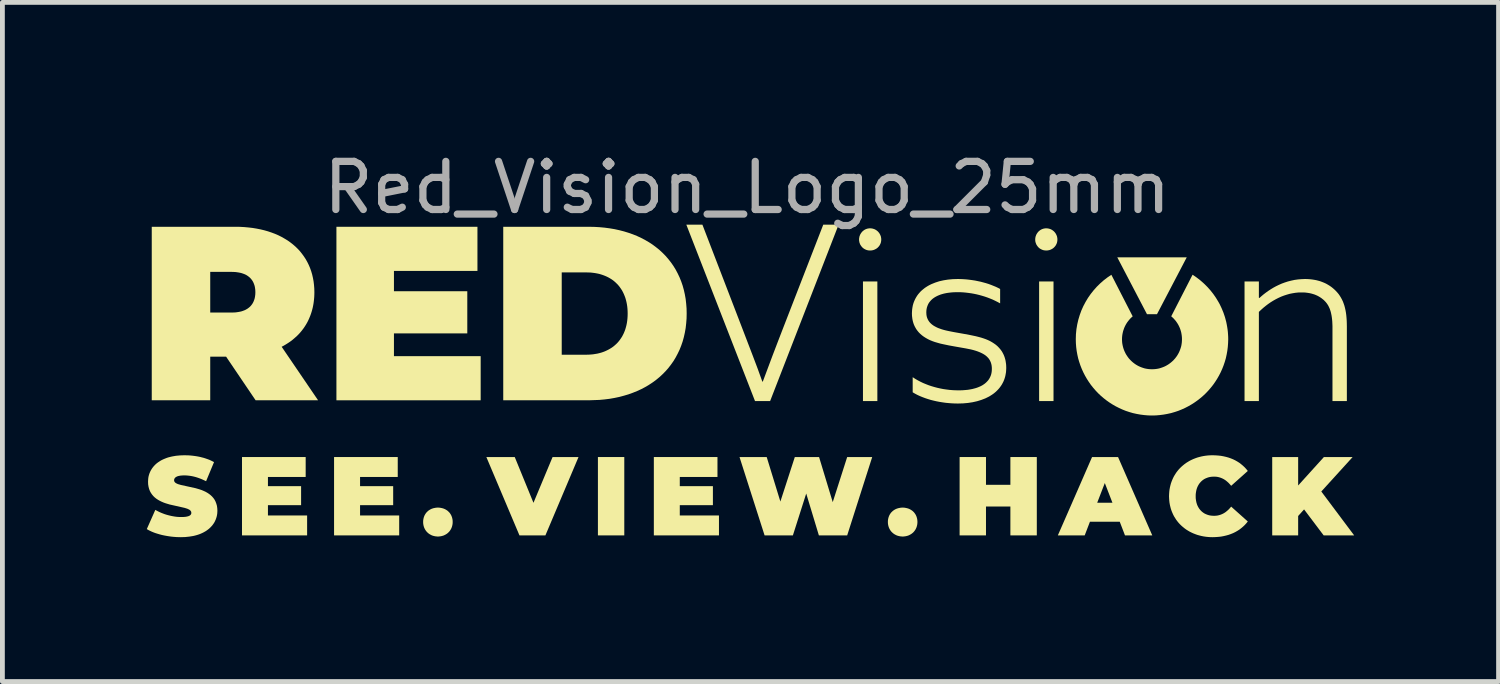
<source format=kicad_pcb>
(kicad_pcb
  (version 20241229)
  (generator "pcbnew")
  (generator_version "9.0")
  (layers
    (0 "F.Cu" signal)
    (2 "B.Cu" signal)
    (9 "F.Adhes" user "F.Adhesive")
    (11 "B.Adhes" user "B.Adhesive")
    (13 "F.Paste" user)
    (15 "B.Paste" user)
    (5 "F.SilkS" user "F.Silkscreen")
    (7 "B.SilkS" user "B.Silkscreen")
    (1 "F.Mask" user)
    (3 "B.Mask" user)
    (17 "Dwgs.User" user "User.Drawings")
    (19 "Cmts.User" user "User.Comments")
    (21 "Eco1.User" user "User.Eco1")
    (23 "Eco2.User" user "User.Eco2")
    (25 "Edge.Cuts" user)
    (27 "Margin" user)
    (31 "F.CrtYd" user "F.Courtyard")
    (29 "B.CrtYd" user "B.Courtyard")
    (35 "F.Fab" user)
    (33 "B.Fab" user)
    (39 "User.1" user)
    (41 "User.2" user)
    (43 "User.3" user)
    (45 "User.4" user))
  (footprint "Red_Vision_Logo_25mm"
    (layer "F.Cu")
    (at 12.55 4.848)
    (property "Reference" "Red_Vision_Logo_25mm" (at -0.075 -4 0) (unlocked yes) (layer "F.Fab") (effects (font (size 1 1) (thickness 0.15))))
    (attr board_only exclude_from_pos_files exclude_from_bom)
    (fp_poly (pts (xy 4.305 0.486) (xy 4.304 0.486) (xy 4.304 0.486)) (stroke (width 0) (type solid)) (fill yes) (layer "F.SilkS"))
    (fp_poly (pts (xy 7.774 3.226) (xy 7.774 3.226) (xy 7.774 3.226)) (stroke (width 0) (type solid)) (fill yes) (layer "F.SilkS"))
    (fp_poly (pts (xy -2.629 3.226) (xy -3.177 3.226) (xy -3.177 1.598) (xy -2.629 1.598)) (stroke (width 0) (type solid)) (fill yes) (layer "F.SilkS"))
    (fp_poly (pts (xy 2.629 0.435) (xy 2.33 0.435) (xy 2.33 -2.05) (xy 2.629 -2.05)) (stroke (width 0) (type solid)) (fill yes) (layer "F.SilkS"))
    (fp_poly (pts (xy 6.289 0.435) (xy 5.99 0.435) (xy 5.99 -2.05) (xy 6.289 -2.05)) (stroke (width 0) (type solid)) (fill yes) (layer "F.SilkS"))
    (fp_poly (pts (xy 8.439 -1.37) (xy 8.231 -1.37) (xy 7.614 -2.551) (xy 9.057 -2.551)) (stroke (width 0) (type solid)) (fill yes) (layer "F.SilkS"))
    (fp_poly (pts (xy -4.516 2.549) (xy -4.119 1.598) (xy -3.58 1.598) (xy -4.268 3.226) (xy -4.807 3.226) (xy -5.495 1.598) (xy -4.905 1.598)) (stroke (width 0) (type solid)) (fill yes) (layer "F.SilkS"))
    (fp_poly (pts (xy -9.249 2.012) (xy -10.033 2.012) (xy -10.033 2.203) (xy -9.344 2.203) (xy -9.344 2.598) (xy -10.033 2.598) (xy -10.033 2.812) (xy -9.219 2.812) (xy -9.219 3.226) (xy -10.572 3.226) (xy -10.572 1.598) (xy -9.249 1.598)) (stroke (width 0) (type solid)) (fill yes) (layer "F.SilkS"))
    (fp_poly (pts (xy -7.336 2.012) (xy -8.119 2.012) (xy -8.119 2.203) (xy -7.431 2.203) (xy -7.431 2.598) (xy -8.119 2.598) (xy -8.119 2.812) (xy -7.306 2.812) (xy -7.306 3.226) (xy -8.659 3.226) (xy -8.659 1.598) (xy -7.336 1.598)) (stroke (width 0) (type solid)) (fill yes) (layer "F.SilkS"))
    (fp_poly (pts (xy -5.68 -2.269) (xy -7.415 -2.269) (xy -7.415 -1.847) (xy -5.891 -1.847) (xy -5.891 -0.971) (xy -7.415 -0.971) (xy -7.415 -0.498) (xy -5.613 -0.498) (xy -5.613 0.419) (xy -8.61 0.419) (xy -8.61 -3.186) (xy -5.68 -3.186)) (stroke (width 0) (type solid)) (fill yes) (layer "F.SilkS"))
    (fp_poly (pts (xy -0.693 2.012) (xy -1.476 2.012) (xy -1.476 2.203) (xy -0.788 2.203) (xy -0.788 2.598) (xy -1.476 2.598) (xy -1.476 2.812) (xy -0.662 2.812) (xy -0.662 3.226) (xy -2.015 3.226) (xy -2.015 1.598) (xy -0.693 1.598)) (stroke (width 0) (type solid)) (fill yes) (layer "F.SilkS"))
    (fp_poly (pts (xy 4.886 2.175) (xy 5.393 2.175) (xy 5.393 1.598) (xy 5.942 1.598) (xy 5.942 3.226) (xy 5.393 3.226) (xy 5.393 2.626) (xy 4.886 2.626) (xy 4.886 3.226) (xy 4.338 3.226) (xy 4.338 1.598) (xy 4.886 1.598)) (stroke (width 0) (type solid)) (fill yes) (layer "F.SilkS"))
    (fp_poly (pts (xy 11.372 2.189) (xy 11.907 1.598) (xy 12.504 1.598) (xy 11.853 2.314) (xy 12.536 3.226) (xy 11.902 3.226) (xy 11.495 2.686) (xy 11.372 2.823) (xy 11.372 3.226) (xy 10.833 3.226) (xy 10.833 1.598) (xy 11.372 1.598)) (stroke (width 0) (type solid)) (fill yes) (layer "F.SilkS"))
    (fp_poly (pts (xy 0.614 2.523) (xy 0.914 1.598) (xy 1.418 1.598) (xy 1.702 2.535) (xy 2.002 1.598) (xy 2.522 1.598) (xy 2.002 3.226) (xy 1.414 3.226) (xy 1.151 2.356) (xy 0.874 3.226) (xy 0.286 3.226) (xy -0.235 1.598) (xy 0.33 1.598)) (stroke (width 0) (type solid)) (fill yes) (layer "F.SilkS"))
    (fp_poly (pts (xy -0.161 -1.033) (xy 0.039 -0.511) (xy 0.14 -0.244) (xy 0.239 0.03) (xy 0.249 0.03) (xy 0.452 -0.512) (xy 0.553 -0.776) (xy 0.654 -1.038) (xy 1.505 -3.23) (xy 1.824 -3.23) (xy 0.401 0.435) (xy 0.087 0.435) (xy 0.087 0.435) (xy -1.34 -3.23) (xy -1.006 -3.23)) (stroke (width 0) (type solid)) (fill yes) (layer "F.SilkS"))
    (fp_poly (pts (xy 8.341 3.226) (xy 7.774 3.226) (xy 7.665 2.942) (xy 7.046 2.942) (xy 6.937 3.226) (xy 6.379 3.226) (xy 6.676 2.547) (xy 7.197 2.547) (xy 7.197 2.547) (xy 7.513 2.547) (xy 7.355 2.138) (xy 7.197 2.547) (xy 6.676 2.547) (xy 7.09 1.598) (xy 7.63 1.598)) (stroke (width 0) (type solid)) (fill yes) (layer "F.SilkS"))
    (fp_poly (pts (xy 11.562 -2.1) (xy 11.61 -2.097) (xy 11.656 -2.092) (xy 11.702 -2.085) (xy 11.746 -2.077) (xy 11.789 -2.066) (xy 11.832 -2.054) (xy 11.872 -2.039) (xy 11.912 -2.023) (xy 11.951 -2.005) (xy 11.988 -1.984) (xy 12.024 -1.962) (xy 12.059 -1.938) (xy 12.093 -1.911) (xy 12.125 -1.883) (xy 12.156 -1.853) (xy 12.186 -1.82) (xy 12.214 -1.786) (xy 12.239 -1.75) (xy 12.262 -1.712) (xy 12.283 -1.673) (xy 12.302 -1.633) (xy 12.318 -1.59) (xy 12.333 -1.546) (xy 12.345 -1.5) (xy 12.356 -1.451) (xy 12.365 -1.401) (xy 12.372 -1.348) (xy 12.377 -1.293) (xy 12.381 -1.236) (xy 12.383 -1.176) (xy 12.384 -1.114) (xy 12.384 0.435) (xy 12.085 0.435) (xy 12.085 -1.073) (xy 12.085 -1.124) (xy 12.083 -1.171) (xy 12.081 -1.217) (xy 12.077 -1.261) (xy 12.072 -1.303) (xy 12.066 -1.342) (xy 12.058 -1.38) (xy 12.05 -1.416) (xy 12.039 -1.451) (xy 12.028 -1.483) (xy 12.014 -1.514) (xy 12 -1.543) (xy 11.983 -1.571) (xy 11.965 -1.597) (xy 11.945 -1.622) (xy 11.923 -1.645) (xy 11.901 -1.667) (xy 11.877 -1.686) (xy 11.853 -1.705) (xy 11.827 -1.722) (xy 11.801 -1.738) (xy 11.773 -1.753) (xy 11.744 -1.766) (xy 11.715 -1.778) (xy 11.684 -1.788) (xy 11.653 -1.797) (xy 11.62 -1.805) (xy 11.586 -1.811) (xy 11.552 -1.816) (xy 11.516 -1.82) (xy 11.48 -1.822) (xy 11.442 -1.822) (xy 11.38 -1.821) (xy 11.318 -1.815) (xy 11.257 -1.805) (xy 11.196 -1.793) (xy 11.137 -1.776) (xy 11.078 -1.757) (xy 11.02 -1.735) (xy 10.963 -1.709) (xy 10.908 -1.681) (xy 10.853 -1.65) (xy 10.8 -1.617) (xy 10.748 -1.581) (xy 10.698 -1.543) (xy 10.649 -1.503) (xy 10.602 -1.461) (xy 10.556 -1.418) (xy 10.556 0.435) (xy 10.258 0.435) (xy 10.258 -2.05) (xy 10.556 -2.05) (xy 10.556 -1.711) (xy 10.566 -1.706) (xy 10.609 -1.744) (xy 10.653 -1.781) (xy 10.7 -1.817) (xy 10.75 -1.853) (xy 10.802 -1.887) (xy 10.856 -1.92) (xy 10.913 -1.951) (xy 10.971 -1.979) (xy 11.032 -2.006) (xy 11.095 -2.029) (xy 11.16 -2.05) (xy 11.227 -2.067) (xy 11.296 -2.082) (xy 11.367 -2.092) (xy 11.439 -2.098) (xy 11.513 -2.101)) (stroke (width 0) (type solid)) (fill yes) (layer "F.SilkS"))
    (fp_poly (pts (xy -6.485 2.649) (xy -6.469 2.65) (xy -6.454 2.652) (xy -6.438 2.655) (xy -6.423 2.658) (xy -6.409 2.661) (xy -6.394 2.666) (xy -6.38 2.67) (xy -6.367 2.676) (xy -6.353 2.682) (xy -6.34 2.689) (xy -6.328 2.696) (xy -6.316 2.704) (xy -6.304 2.712) (xy -6.293 2.721) (xy -6.283 2.731) (xy -6.273 2.741) (xy -6.263 2.751) (xy -6.254 2.762) (xy -6.246 2.774) (xy -6.238 2.786) (xy -6.231 2.798) (xy -6.224 2.811) (xy -6.218 2.825) (xy -6.213 2.839) (xy -6.208 2.853) (xy -6.204 2.868) (xy -6.201 2.883) (xy -6.198 2.898) (xy -6.196 2.914) (xy -6.195 2.93) (xy -6.195 2.947) (xy -6.195 2.963) (xy -6.196 2.979) (xy -6.198 2.995) (xy -6.201 3.01) (xy -6.204 3.025) (xy -6.208 3.04) (xy -6.213 3.055) (xy -6.218 3.068) (xy -6.224 3.082) (xy -6.231 3.095) (xy -6.238 3.108) (xy -6.246 3.12) (xy -6.254 3.132) (xy -6.263 3.143) (xy -6.273 3.154) (xy -6.283 3.164) (xy -6.293 3.174) (xy -6.304 3.183) (xy -6.316 3.192) (xy -6.328 3.2) (xy -6.34 3.207) (xy -6.353 3.214) (xy -6.367 3.221) (xy -6.38 3.227) (xy -6.394 3.232) (xy -6.409 3.236) (xy -6.423 3.24) (xy -6.438 3.243) (xy -6.454 3.246) (xy -6.469 3.247) (xy -6.485 3.249) (xy -6.502 3.249) (xy -6.518 3.249) (xy -6.534 3.247) (xy -6.549 3.246) (xy -6.565 3.243) (xy -6.58 3.24) (xy -6.595 3.236) (xy -6.609 3.232) (xy -6.623 3.227) (xy -6.637 3.221) (xy -6.65 3.214) (xy -6.663 3.207) (xy -6.675 3.2) (xy -6.687 3.192) (xy -6.699 3.183) (xy -6.71 3.174) (xy -6.72 3.164) (xy -6.73 3.154) (xy -6.74 3.143) (xy -6.749 3.132) (xy -6.757 3.12) (xy -6.765 3.108) (xy -6.772 3.095) (xy -6.779 3.082) (xy -6.785 3.069) (xy -6.79 3.055) (xy -6.795 3.04) (xy -6.799 3.026) (xy -6.802 3.011) (xy -6.805 2.995) (xy -6.807 2.979) (xy -6.808 2.963) (xy -6.808 2.947) (xy -6.808 2.93) (xy -6.807 2.914) (xy -6.805 2.898) (xy -6.802 2.883) (xy -6.799 2.868) (xy -6.795 2.853) (xy -6.79 2.839) (xy -6.785 2.825) (xy -6.779 2.811) (xy -6.772 2.798) (xy -6.765 2.786) (xy -6.757 2.774) (xy -6.749 2.762) (xy -6.74 2.751) (xy -6.73 2.741) (xy -6.72 2.731) (xy -6.71 2.721) (xy -6.699 2.712) (xy -6.687 2.704) (xy -6.675 2.696) (xy -6.663 2.689) (xy -6.65 2.682) (xy -6.637 2.676) (xy -6.623 2.67) (xy -6.609 2.666) (xy -6.595 2.661) (xy -6.58 2.658) (xy -6.565 2.655) (xy -6.549 2.652) (xy -6.534 2.65) (xy -6.518 2.649) (xy -6.502 2.649)) (stroke (width 0) (type solid)) (fill yes) (layer "F.SilkS"))
    (fp_poly (pts (xy 2.489 -3.154) (xy 2.501 -3.153) (xy 2.513 -3.151) (xy 2.525 -3.149) (xy 2.536 -3.147) (xy 2.547 -3.143) (xy 2.558 -3.14) (xy 2.569 -3.136) (xy 2.579 -3.131) (xy 2.589 -3.126) (xy 2.599 -3.12) (xy 2.608 -3.114) (xy 2.618 -3.107) (xy 2.626 -3.1) (xy 2.635 -3.093) (xy 2.643 -3.085) (xy 2.65 -3.077) (xy 2.658 -3.068) (xy 2.664 -3.06) (xy 2.671 -3.05) (xy 2.677 -3.041) (xy 2.682 -3.031) (xy 2.687 -3.021) (xy 2.692 -3.011) (xy 2.696 -3) (xy 2.7 -2.99) (xy 2.703 -2.979) (xy 2.705 -2.968) (xy 2.707 -2.956) (xy 2.709 -2.945) (xy 2.709 -2.933) (xy 2.71 -2.921) (xy 2.709 -2.909) (xy 2.709 -2.898) (xy 2.707 -2.886) (xy 2.705 -2.875) (xy 2.703 -2.864) (xy 2.7 -2.853) (xy 2.696 -2.842) (xy 2.692 -2.832) (xy 2.687 -2.822) (xy 2.682 -2.812) (xy 2.677 -2.803) (xy 2.671 -2.793) (xy 2.664 -2.784) (xy 2.658 -2.776) (xy 2.65 -2.768) (xy 2.643 -2.76) (xy 2.635 -2.752) (xy 2.626 -2.745) (xy 2.618 -2.738) (xy 2.608 -2.732) (xy 2.599 -2.726) (xy 2.589 -2.721) (xy 2.579 -2.716) (xy 2.569 -2.711) (xy 2.558 -2.707) (xy 2.547 -2.703) (xy 2.536 -2.7) (xy 2.525 -2.698) (xy 2.513 -2.696) (xy 2.501 -2.694) (xy 2.489 -2.694) (xy 2.477 -2.693) (xy 2.465 -2.694) (xy 2.453 -2.694) (xy 2.442 -2.696) (xy 2.431 -2.698) (xy 2.42 -2.7) (xy 2.409 -2.703) (xy 2.398 -2.707) (xy 2.388 -2.711) (xy 2.378 -2.716) (xy 2.368 -2.721) (xy 2.358 -2.726) (xy 2.349 -2.732) (xy 2.34 -2.738) (xy 2.331 -2.745) (xy 2.323 -2.752) (xy 2.315 -2.76) (xy 2.308 -2.768) (xy 2.301 -2.776) (xy 2.294 -2.785) (xy 2.288 -2.794) (xy 2.282 -2.803) (xy 2.276 -2.812) (xy 2.271 -2.822) (xy 2.267 -2.832) (xy 2.263 -2.843) (xy 2.259 -2.853) (xy 2.256 -2.864) (xy 2.254 -2.875) (xy 2.252 -2.886) (xy 2.25 -2.898) (xy 2.249 -2.909) (xy 2.249 -2.921) (xy 2.249 -2.933) (xy 2.25 -2.945) (xy 2.252 -2.956) (xy 2.254 -2.968) (xy 2.256 -2.979) (xy 2.259 -2.99) (xy 2.263 -3) (xy 2.267 -3.011) (xy 2.271 -3.021) (xy 2.276 -3.031) (xy 2.282 -3.041) (xy 2.288 -3.05) (xy 2.294 -3.06) (xy 2.301 -3.068) (xy 2.308 -3.077) (xy 2.315 -3.085) (xy 2.323 -3.093) (xy 2.332 -3.1) (xy 2.34 -3.107) (xy 2.349 -3.114) (xy 2.358 -3.12) (xy 2.368 -3.126) (xy 2.378 -3.131) (xy 2.388 -3.136) (xy 2.398 -3.14) (xy 2.409 -3.143) (xy 2.42 -3.147) (xy 2.431 -3.149) (xy 2.442 -3.151) (xy 2.453 -3.153) (xy 2.465 -3.154) (xy 2.477 -3.154)) (stroke (width 0) (type solid)) (fill yes) (layer "F.SilkS"))
    (fp_poly (pts (xy 3.171 2.649) (xy 3.187 2.65) (xy 3.203 2.652) (xy 3.218 2.655) (xy 3.233 2.658) (xy 3.248 2.661) (xy 3.262 2.666) (xy 3.276 2.67) (xy 3.29 2.676) (xy 3.303 2.682) (xy 3.316 2.689) (xy 3.328 2.696) (xy 3.34 2.704) (xy 3.352 2.712) (xy 3.363 2.721) (xy 3.374 2.731) (xy 3.384 2.741) (xy 3.393 2.751) (xy 3.402 2.762) (xy 3.41 2.774) (xy 3.418 2.786) (xy 3.426 2.798) (xy 3.432 2.811) (xy 3.438 2.825) (xy 3.444 2.839) (xy 3.448 2.853) (xy 3.452 2.868) (xy 3.456 2.883) (xy 3.458 2.898) (xy 3.46 2.914) (xy 3.461 2.93) (xy 3.462 2.947) (xy 3.461 2.963) (xy 3.46 2.979) (xy 3.458 2.995) (xy 3.456 3.01) (xy 3.452 3.025) (xy 3.448 3.04) (xy 3.444 3.055) (xy 3.438 3.068) (xy 3.432 3.082) (xy 3.426 3.095) (xy 3.418 3.108) (xy 3.41 3.12) (xy 3.402 3.132) (xy 3.393 3.143) (xy 3.384 3.154) (xy 3.374 3.164) (xy 3.363 3.174) (xy 3.352 3.183) (xy 3.34 3.192) (xy 3.328 3.2) (xy 3.316 3.207) (xy 3.303 3.214) (xy 3.29 3.221) (xy 3.276 3.227) (xy 3.262 3.232) (xy 3.248 3.236) (xy 3.233 3.24) (xy 3.218 3.243) (xy 3.203 3.246) (xy 3.187 3.247) (xy 3.171 3.249) (xy 3.155 3.249) (xy 3.139 3.249) (xy 3.123 3.247) (xy 3.107 3.246) (xy 3.092 3.243) (xy 3.076 3.24) (xy 3.062 3.236) (xy 3.047 3.232) (xy 3.033 3.227) (xy 3.02 3.221) (xy 3.006 3.214) (xy 2.993 3.207) (xy 2.981 3.2) (xy 2.969 3.192) (xy 2.958 3.183) (xy 2.947 3.174) (xy 2.936 3.164) (xy 2.926 3.154) (xy 2.916 3.143) (xy 2.907 3.132) (xy 2.899 3.12) (xy 2.891 3.108) (xy 2.884 3.095) (xy 2.877 3.082) (xy 2.871 3.069) (xy 2.866 3.055) (xy 2.861 3.04) (xy 2.857 3.026) (xy 2.854 3.011) (xy 2.851 2.995) (xy 2.849 2.979) (xy 2.848 2.963) (xy 2.848 2.947) (xy 2.848 2.93) (xy 2.849 2.914) (xy 2.851 2.898) (xy 2.854 2.883) (xy 2.857 2.868) (xy 2.861 2.853) (xy 2.866 2.839) (xy 2.871 2.825) (xy 2.877 2.811) (xy 2.884 2.798) (xy 2.891 2.786) (xy 2.899 2.774) (xy 2.907 2.762) (xy 2.916 2.751) (xy 2.926 2.741) (xy 2.936 2.731) (xy 2.947 2.721) (xy 2.958 2.712) (xy 2.969 2.704) (xy 2.981 2.696) (xy 2.993 2.689) (xy 3.006 2.682) (xy 3.02 2.676) (xy 3.033 2.67) (xy 3.047 2.666) (xy 3.062 2.661) (xy 3.076 2.658) (xy 3.092 2.655) (xy 3.107 2.652) (xy 3.123 2.65) (xy 3.139 2.649) (xy 3.155 2.649)) (stroke (width 0) (type solid)) (fill yes) (layer "F.SilkS"))
    (fp_poly (pts (xy 6.149 -3.154) (xy 6.161 -3.153) (xy 6.173 -3.151) (xy 6.185 -3.149) (xy 6.196 -3.147) (xy 6.207 -3.143) (xy 6.218 -3.14) (xy 6.229 -3.136) (xy 6.239 -3.131) (xy 6.249 -3.126) (xy 6.259 -3.12) (xy 6.268 -3.114) (xy 6.278 -3.107) (xy 6.286 -3.1) (xy 6.295 -3.093) (xy 6.303 -3.085) (xy 6.31 -3.077) (xy 6.318 -3.068) (xy 6.324 -3.06) (xy 6.331 -3.05) (xy 6.337 -3.041) (xy 6.342 -3.031) (xy 6.347 -3.021) (xy 6.352 -3.011) (xy 6.356 -3) (xy 6.36 -2.99) (xy 6.363 -2.979) (xy 6.365 -2.968) (xy 6.367 -2.956) (xy 6.369 -2.945) (xy 6.369 -2.933) (xy 6.37 -2.921) (xy 6.369 -2.909) (xy 6.369 -2.898) (xy 6.367 -2.886) (xy 6.365 -2.875) (xy 6.363 -2.864) (xy 6.36 -2.853) (xy 6.356 -2.842) (xy 6.352 -2.832) (xy 6.347 -2.822) (xy 6.342 -2.812) (xy 6.337 -2.803) (xy 6.331 -2.793) (xy 6.324 -2.784) (xy 6.318 -2.776) (xy 6.31 -2.768) (xy 6.303 -2.76) (xy 6.295 -2.752) (xy 6.286 -2.745) (xy 6.278 -2.738) (xy 6.268 -2.732) (xy 6.259 -2.726) (xy 6.249 -2.721) (xy 6.239 -2.716) (xy 6.229 -2.711) (xy 6.218 -2.707) (xy 6.207 -2.703) (xy 6.196 -2.7) (xy 6.185 -2.698) (xy 6.173 -2.696) (xy 6.161 -2.694) (xy 6.149 -2.694) (xy 6.137 -2.693) (xy 6.125 -2.694) (xy 6.113 -2.694) (xy 6.102 -2.696) (xy 6.091 -2.698) (xy 6.08 -2.7) (xy 6.069 -2.703) (xy 6.058 -2.707) (xy 6.048 -2.711) (xy 6.038 -2.716) (xy 6.028 -2.721) (xy 6.018 -2.726) (xy 6.009 -2.732) (xy 6 -2.738) (xy 5.991 -2.745) (xy 5.983 -2.752) (xy 5.975 -2.76) (xy 5.968 -2.768) (xy 5.961 -2.776) (xy 5.954 -2.785) (xy 5.948 -2.794) (xy 5.942 -2.803) (xy 5.936 -2.812) (xy 5.931 -2.822) (xy 5.927 -2.832) (xy 5.923 -2.843) (xy 5.919 -2.853) (xy 5.916 -2.864) (xy 5.913 -2.875) (xy 5.911 -2.886) (xy 5.91 -2.898) (xy 5.909 -2.909) (xy 5.909 -2.921) (xy 5.909 -2.933) (xy 5.91 -2.945) (xy 5.912 -2.956) (xy 5.913 -2.968) (xy 5.916 -2.979) (xy 5.919 -2.99) (xy 5.923 -3) (xy 5.927 -3.011) (xy 5.931 -3.021) (xy 5.936 -3.031) (xy 5.942 -3.041) (xy 5.948 -3.05) (xy 5.954 -3.06) (xy 5.961 -3.068) (xy 5.968 -3.077) (xy 5.975 -3.085) (xy 5.983 -3.093) (xy 5.992 -3.1) (xy 6 -3.107) (xy 6.009 -3.114) (xy 6.018 -3.12) (xy 6.028 -3.126) (xy 6.038 -3.131) (xy 6.048 -3.136) (xy 6.058 -3.14) (xy 6.069 -3.143) (xy 6.08 -3.147) (xy 6.091 -3.149) (xy 6.102 -3.151) (xy 6.113 -3.153) (xy 6.125 -3.154) (xy 6.137 -3.154)) (stroke (width 0) (type solid)) (fill yes) (layer "F.SilkS"))
    (fp_poly (pts (xy -3.255 -3.184) (xy -3.146 -3.178) (xy -3.039 -3.168) (xy -2.934 -3.154) (xy -2.832 -3.137) (xy -2.732 -3.115) (xy -2.635 -3.09) (xy -2.541 -3.061) (xy -2.45 -3.029) (xy -2.361 -2.993) (xy -2.276 -2.953) (xy -2.194 -2.91) (xy -2.115 -2.864) (xy -2.039 -2.814) (xy -1.967 -2.76) (xy -1.898 -2.704) (xy -1.833 -2.644) (xy -1.771 -2.581) (xy -1.713 -2.514) (xy -1.659 -2.445) (xy -1.608 -2.372) (xy -1.562 -2.297) (xy -1.52 -2.218) (xy -1.481 -2.136) (xy -1.447 -2.052) (xy -1.417 -1.965) (xy -1.392 -1.875) (xy -1.371 -1.782) (xy -1.354 -1.686) (xy -1.343 -1.588) (xy -1.335 -1.487) (xy -1.333 -1.383) (xy -1.335 -1.28) (xy -1.343 -1.179) (xy -1.354 -1.081) (xy -1.371 -0.985) (xy -1.392 -0.892) (xy -1.417 -0.802) (xy -1.447 -0.715) (xy -1.481 -0.63) (xy -1.52 -0.549) (xy -1.562 -0.47) (xy -1.608 -0.394) (xy -1.659 -0.322) (xy -1.713 -0.252) (xy -1.771 -0.186) (xy -1.833 -0.123) (xy -1.898 -0.063) (xy -1.967 -0.006) (xy -2.039 0.047) (xy -2.115 0.097) (xy -2.194 0.144) (xy -2.276 0.187) (xy -2.361 0.226) (xy -2.45 0.262) (xy -2.541 0.295) (xy -2.635 0.323) (xy -2.732 0.349) (xy -2.832 0.37) (xy -2.934 0.388) (xy -3.039 0.401) (xy -3.146 0.411) (xy -3.367 0.419) (xy -5.144 0.419) (xy -5.144 -0.528) (xy -3.929 -0.528) (xy -3.419 -0.528) (xy -3.372 -0.529) (xy -3.325 -0.532) (xy -3.28 -0.536) (xy -3.236 -0.543) (xy -3.192 -0.55) (xy -3.15 -0.56) (xy -3.109 -0.571) (xy -3.07 -0.584) (xy -3.031 -0.599) (xy -2.994 -0.616) (xy -2.958 -0.634) (xy -2.923 -0.654) (xy -2.889 -0.675) (xy -2.857 -0.698) (xy -2.827 -0.723) (xy -2.798 -0.749) (xy -2.77 -0.777) (xy -2.744 -0.807) (xy -2.72 -0.838) (xy -2.697 -0.871) (xy -2.675 -0.905) (xy -2.656 -0.941) (xy -2.638 -0.978) (xy -2.622 -1.017) (xy -2.607 -1.058) (xy -2.595 -1.1) (xy -2.584 -1.143) (xy -2.575 -1.188) (xy -2.568 -1.235) (xy -2.563 -1.283) (xy -2.56 -1.332) (xy -2.559 -1.383) (xy -2.56 -1.434) (xy -2.563 -1.484) (xy -2.568 -1.532) (xy -2.575 -1.578) (xy -2.584 -1.623) (xy -2.595 -1.667) (xy -2.607 -1.709) (xy -2.622 -1.749) (xy -2.638 -1.788) (xy -2.656 -1.826) (xy -2.675 -1.862) (xy -2.697 -1.896) (xy -2.72 -1.929) (xy -2.744 -1.96) (xy -2.77 -1.99) (xy -2.798 -2.017) (xy -2.827 -2.044) (xy -2.857 -2.069) (xy -2.889 -2.092) (xy -2.923 -2.113) (xy -2.958 -2.133) (xy -2.994 -2.151) (xy -3.031 -2.167) (xy -3.07 -2.182) (xy -3.109 -2.195) (xy -3.15 -2.207) (xy -3.192 -2.216) (xy -3.236 -2.224) (xy -3.28 -2.23) (xy -3.325 -2.235) (xy -3.372 -2.237) (xy -3.419 -2.238) (xy -3.929 -2.238) (xy -3.929 -0.528) (xy -5.144 -0.528) (xy -5.144 -3.186) (xy -3.367 -3.186)) (stroke (width 0) (type solid)) (fill yes) (layer "F.SilkS"))
    (fp_poly (pts (xy -10.618 -3.185) (xy -10.527 -3.18) (xy -10.439 -3.172) (xy -10.352 -3.162) (xy -10.268 -3.148) (xy -10.187 -3.132) (xy -10.108 -3.113) (xy -10.031 -3.091) (xy -9.957 -3.066) (xy -9.885 -3.039) (xy -9.816 -3.009) (xy -9.75 -2.976) (xy -9.687 -2.94) (xy -9.626 -2.903) (xy -9.568 -2.862) (xy -9.513 -2.819) (xy -9.461 -2.774) (xy -9.412 -2.726) (xy -9.366 -2.676) (xy -9.324 -2.623) (xy -9.284 -2.568) (xy -9.247 -2.511) (xy -9.214 -2.452) (xy -9.184 -2.391) (xy -9.157 -2.327) (xy -9.134 -2.262) (xy -9.114 -2.194) (xy -9.098 -2.124) (xy -9.085 -2.053) (xy -9.076 -1.979) (xy -9.07 -1.904) (xy -9.068 -1.826) (xy -9.069 -1.778) (xy -9.071 -1.73) (xy -9.075 -1.683) (xy -9.08 -1.637) (xy -9.086 -1.592) (xy -9.094 -1.548) (xy -9.103 -1.504) (xy -9.114 -1.461) (xy -9.126 -1.419) (xy -9.139 -1.378) (xy -9.154 -1.337) (xy -9.17 -1.298) (xy -9.187 -1.259) (xy -9.205 -1.221) (xy -9.225 -1.184) (xy -9.246 -1.148) (xy -9.269 -1.112) (xy -9.292 -1.078) (xy -9.317 -1.045) (xy -9.343 -1.012) (xy -9.37 -0.98) (xy -9.399 -0.949) (xy -9.429 -0.919) (xy -9.46 -0.891) (xy -9.492 -0.863) (xy -9.525 -0.835) (xy -9.559 -0.809) (xy -9.595 -0.784) (xy -9.632 -0.76) (xy -9.669 -0.737) (xy -9.708 -0.714) (xy -9.748 -0.693) (xy -8.991 0.419) (xy -10.289 0.419) (xy -10.902 -0.487) (xy -11.232 -0.487) (xy -11.232 0.419) (xy -12.447 0.419) (xy -12.447 -1.404) (xy -11.232 -1.404) (xy -10.789 -1.404) (xy -10.758 -1.405) (xy -10.728 -1.406) (xy -10.699 -1.408) (xy -10.672 -1.412) (xy -10.645 -1.416) (xy -10.619 -1.421) (xy -10.594 -1.426) (xy -10.57 -1.433) (xy -10.548 -1.441) (xy -10.526 -1.449) (xy -10.505 -1.458) (xy -10.485 -1.469) (xy -10.467 -1.479) (xy -10.449 -1.491) (xy -10.432 -1.504) (xy -10.416 -1.517) (xy -10.401 -1.531) (xy -10.387 -1.546) (xy -10.375 -1.561) (xy -10.363 -1.577) (xy -10.352 -1.594) (xy -10.342 -1.612) (xy -10.333 -1.63) (xy -10.325 -1.65) (xy -10.318 -1.669) (xy -10.311 -1.69) (xy -10.306 -1.711) (xy -10.302 -1.733) (xy -10.299 -1.755) (xy -10.296 -1.778) (xy -10.295 -1.802) (xy -10.294 -1.826) (xy -10.294 -1.827) (xy -10.296 -1.875) (xy -10.299 -1.898) (xy -10.302 -1.92) (xy -10.306 -1.942) (xy -10.311 -1.963) (xy -10.318 -1.984) (xy -10.325 -2.003) (xy -10.333 -2.023) (xy -10.342 -2.041) (xy -10.352 -2.059) (xy -10.363 -2.076) (xy -10.375 -2.092) (xy -10.388 -2.107) (xy -10.401 -2.122) (xy -10.416 -2.136) (xy -10.432 -2.149) (xy -10.449 -2.162) (xy -10.467 -2.174) (xy -10.485 -2.185) (xy -10.505 -2.195) (xy -10.526 -2.204) (xy -10.548 -2.212) (xy -10.571 -2.22) (xy -10.594 -2.227) (xy -10.619 -2.232) (xy -10.645 -2.237) (xy -10.672 -2.241) (xy -10.699 -2.245) (xy -10.728 -2.247) (xy -10.789 -2.249) (xy -11.232 -2.249) (xy -11.232 -1.404) (xy -12.447 -1.404) (xy -12.447 -3.186) (xy -10.711 -3.186)) (stroke (width 0) (type solid)) (fill yes) (layer "F.SilkS"))
    (fp_poly (pts (xy 9.655 1.563) (xy 9.712 1.567) (xy 9.768 1.573) (xy 9.822 1.583) (xy 9.874 1.595) (xy 9.925 1.609) (xy 9.973 1.626) (xy 10.02 1.645) (xy 10.065 1.667) (xy 10.109 1.692) (xy 10.15 1.718) (xy 10.189 1.748) (xy 10.226 1.779) (xy 10.262 1.813) (xy 10.295 1.849) (xy 10.326 1.887) (xy 9.98 2.196) (xy 9.962 2.174) (xy 9.943 2.153) (xy 9.924 2.133) (xy 9.904 2.115) (xy 9.884 2.098) (xy 9.864 2.082) (xy 9.843 2.068) (xy 9.821 2.055) (xy 9.799 2.044) (xy 9.776 2.034) (xy 9.752 2.025) (xy 9.728 2.018) (xy 9.703 2.012) (xy 9.677 2.008) (xy 9.651 2.006) (xy 9.624 2.005) (xy 9.603 2.006) (xy 9.582 2.007) (xy 9.562 2.009) (xy 9.542 2.012) (xy 9.523 2.016) (xy 9.504 2.021) (xy 9.486 2.027) (xy 9.468 2.034) (xy 9.451 2.041) (xy 9.434 2.049) (xy 9.418 2.058) (xy 9.403 2.068) (xy 9.388 2.079) (xy 9.374 2.09) (xy 9.361 2.102) (xy 9.348 2.115) (xy 9.336 2.129) (xy 9.324 2.143) (xy 9.313 2.158) (xy 9.303 2.174) (xy 9.294 2.19) (xy 9.285 2.207) (xy 9.277 2.225) (xy 9.27 2.243) (xy 9.264 2.262) (xy 9.258 2.282) (xy 9.254 2.302) (xy 9.25 2.323) (xy 9.247 2.344) (xy 9.244 2.366) (xy 9.243 2.389) (xy 9.243 2.412) (xy 9.243 2.435) (xy 9.244 2.458) (xy 9.247 2.48) (xy 9.25 2.501) (xy 9.254 2.522) (xy 9.258 2.542) (xy 9.264 2.562) (xy 9.27 2.581) (xy 9.277 2.599) (xy 9.285 2.617) (xy 9.294 2.634) (xy 9.303 2.65) (xy 9.313 2.666) (xy 9.324 2.681) (xy 9.336 2.695) (xy 9.348 2.709) (xy 9.361 2.722) (xy 9.374 2.734) (xy 9.388 2.745) (xy 9.403 2.756) (xy 9.418 2.766) (xy 9.434 2.775) (xy 9.451 2.783) (xy 9.468 2.79) (xy 9.486 2.797) (xy 9.504 2.803) (xy 9.523 2.808) (xy 9.542 2.812) (xy 9.562 2.815) (xy 9.582 2.817) (xy 9.603 2.818) (xy 9.624 2.819) (xy 9.651 2.818) (xy 9.677 2.816) (xy 9.703 2.812) (xy 9.728 2.806) (xy 9.752 2.799) (xy 9.776 2.79) (xy 9.799 2.78) (xy 9.821 2.769) (xy 9.843 2.756) (xy 9.864 2.742) (xy 9.884 2.726) (xy 9.904 2.709) (xy 9.924 2.691) (xy 9.943 2.671) (xy 9.962 2.65) (xy 9.98 2.628) (xy 10.326 2.937) (xy 10.295 2.975) (xy 10.262 3.011) (xy 10.226 3.045) (xy 10.189 3.076) (xy 10.15 3.106) (xy 10.109 3.132) (xy 10.065 3.157) (xy 10.02 3.179) (xy 9.973 3.198) (xy 9.925 3.215) (xy 9.874 3.229) (xy 9.822 3.241) (xy 9.768 3.251) (xy 9.712 3.257) (xy 9.655 3.261) (xy 9.596 3.263) (xy 9.547 3.262) (xy 9.5 3.259) (xy 9.453 3.254) (xy 9.407 3.247) (xy 9.362 3.238) (xy 9.318 3.227) (xy 9.275 3.215) (xy 9.234 3.2) (xy 9.193 3.184) (xy 9.154 3.166) (xy 9.116 3.147) (xy 9.079 3.125) (xy 9.044 3.103) (xy 9.01 3.078) (xy 8.978 3.052) (xy 8.947 3.025) (xy 8.917 2.996) (xy 8.889 2.966) (xy 8.863 2.934) (xy 8.838 2.901) (xy 8.816 2.866) (xy 8.794 2.831) (xy 8.775 2.794) (xy 8.758 2.756) (xy 8.742 2.717) (xy 8.728 2.676) (xy 8.717 2.635) (xy 8.707 2.592) (xy 8.699 2.548) (xy 8.694 2.504) (xy 8.691 2.458) (xy 8.689 2.412) (xy 8.691 2.366) (xy 8.694 2.32) (xy 8.699 2.276) (xy 8.707 2.232) (xy 8.717 2.189) (xy 8.728 2.148) (xy 8.742 2.108) (xy 8.758 2.068) (xy 8.775 2.03) (xy 8.794 1.993) (xy 8.816 1.958) (xy 8.838 1.923) (xy 8.863 1.89) (xy 8.889 1.858) (xy 8.917 1.828) (xy 8.947 1.799) (xy 8.978 1.772) (xy 9.01 1.746) (xy 9.044 1.721) (xy 9.079 1.699) (xy 9.116 1.677) (xy 9.154 1.658) (xy 9.193 1.64) (xy 9.234 1.624) (xy 9.275 1.609) (xy 9.318 1.597) (xy 9.362 1.586) (xy 9.407 1.577) (xy 9.453 1.57) (xy 9.5 1.565) (xy 9.547 1.562) (xy 9.596 1.561)) (stroke (width 0) (type solid)) (fill yes) (layer "F.SilkS"))
    (fp_poly (pts (xy 9.259 -2.135) (xy 9.337 -2.075) (xy 9.411 -2.01) (xy 9.481 -1.941) (xy 9.547 -1.868) (xy 9.608 -1.791) (xy 9.664 -1.71) (xy 9.715 -1.626) (xy 9.739 -1.583) (xy 9.761 -1.538) (xy 9.782 -1.493) (xy 9.801 -1.447) (xy 9.82 -1.401) (xy 9.836 -1.354) (xy 9.852 -1.306) (xy 9.865 -1.257) (xy 9.878 -1.208) (xy 9.888 -1.158) (xy 9.897 -1.108) (xy 9.905 -1.057) (xy 9.911 -1.006) (xy 9.915 -0.954) (xy 9.918 -0.902) (xy 9.919 -0.849) (xy 9.916 -0.767) (xy 9.91 -0.687) (xy 9.9 -0.608) (xy 9.886 -0.53) (xy 9.869 -0.453) (xy 9.847 -0.378) (xy 9.822 -0.304) (xy 9.794 -0.233) (xy 9.762 -0.162) (xy 9.727 -0.094) (xy 9.689 -0.028) (xy 9.648 0.036) (xy 9.604 0.099) (xy 9.557 0.158) (xy 9.507 0.216) (xy 9.455 0.271) (xy 9.4 0.323) (xy 9.342 0.373) (xy 9.282 0.42) (xy 9.22 0.464) (xy 9.156 0.505) (xy 9.09 0.543) (xy 9.022 0.578) (xy 8.951 0.61) (xy 8.879 0.639) (xy 8.806 0.663) (xy 8.731 0.685) (xy 8.654 0.702) (xy 8.576 0.716) (xy 8.497 0.726) (xy 8.417 0.733) (xy 8.335 0.735) (xy 8.254 0.733) (xy 8.173 0.726) (xy 8.094 0.716) (xy 8.016 0.702) (xy 7.939 0.685) (xy 7.864 0.663) (xy 7.791 0.639) (xy 7.719 0.61) (xy 7.649 0.578) (xy 7.58 0.543) (xy 7.514 0.505) (xy 7.45 0.464) (xy 7.388 0.42) (xy 7.328 0.373) (xy 7.27 0.323) (xy 7.215 0.271) (xy 7.163 0.216) (xy 7.113 0.158) (xy 7.066 0.099) (xy 7.022 0.036) (xy 6.981 -0.028) (xy 6.943 -0.094) (xy 6.908 -0.162) (xy 6.876 -0.233) (xy 6.848 -0.304) (xy 6.823 -0.378) (xy 6.801 -0.453) (xy 6.784 -0.53) (xy 6.77 -0.608) (xy 6.76 -0.687) (xy 6.754 -0.767) (xy 6.752 -0.849) (xy 6.755 -0.954) (xy 6.765 -1.057) (xy 6.782 -1.158) (xy 6.805 -1.257) (xy 6.834 -1.353) (xy 6.868 -1.447) (xy 6.909 -1.538) (xy 6.955 -1.625) (xy 7.006 -1.71) (xy 7.062 -1.79) (xy 7.123 -1.867) (xy 7.188 -1.94) (xy 7.258 -2.009) (xy 7.332 -2.074) (xy 7.41 -2.134) (xy 7.491 -2.189) (xy 7.934 -1.325) (xy 7.909 -1.303) (xy 7.885 -1.28) (xy 7.863 -1.255) (xy 7.842 -1.229) (xy 7.822 -1.203) (xy 7.804 -1.175) (xy 7.787 -1.146) (xy 7.772 -1.116) (xy 7.758 -1.085) (xy 7.747 -1.053) (xy 7.736 -1.021) (xy 7.728 -0.988) (xy 7.721 -0.954) (xy 7.716 -0.919) (xy 7.713 -0.884) (xy 7.712 -0.849) (xy 7.713 -0.817) (xy 7.715 -0.785) (xy 7.719 -0.754) (xy 7.725 -0.723) (xy 7.732 -0.693) (xy 7.74 -0.664) (xy 7.75 -0.635) (xy 7.761 -0.606) (xy 7.774 -0.579) (xy 7.787 -0.552) (xy 7.802 -0.526) (xy 7.819 -0.5) (xy 7.836 -0.476) (xy 7.854 -0.452) (xy 7.874 -0.43) (xy 7.895 -0.408) (xy 7.916 -0.388) (xy 7.939 -0.368) (xy 7.962 -0.35) (xy 7.987 -0.332) (xy 8.012 -0.316) (xy 8.038 -0.301) (xy 8.065 -0.287) (xy 8.093 -0.275) (xy 8.121 -0.264) (xy 8.15 -0.254) (xy 8.179 -0.245) (xy 8.21 -0.238) (xy 8.24 -0.233) (xy 8.271 -0.229) (xy 8.303 -0.227) (xy 8.335 -0.226) (xy 8.367 -0.227) (xy 8.399 -0.229) (xy 8.43 -0.233) (xy 8.461 -0.238) (xy 8.491 -0.245) (xy 8.52 -0.254) (xy 8.549 -0.264) (xy 8.578 -0.275) (xy 8.605 -0.287) (xy 8.632 -0.301) (xy 8.658 -0.316) (xy 8.683 -0.332) (xy 8.708 -0.35) (xy 8.731 -0.368) (xy 8.754 -0.388) (xy 8.776 -0.408) (xy 8.796 -0.43) (xy 8.816 -0.452) (xy 8.834 -0.476) (xy 8.852 -0.5) (xy 8.868 -0.526) (xy 8.883 -0.552) (xy 8.897 -0.579) (xy 8.909 -0.606) (xy 8.92 -0.635) (xy 8.93 -0.664) (xy 8.939 -0.693) (xy 8.946 -0.723) (xy 8.951 -0.754) (xy 8.955 -0.785) (xy 8.957 -0.817) (xy 8.958 -0.849) (xy 8.957 -0.885) (xy 8.954 -0.92) (xy 8.949 -0.954) (xy 8.943 -0.988) (xy 8.934 -1.022) (xy 8.924 -1.054) (xy 8.912 -1.086) (xy 8.898 -1.117) (xy 8.883 -1.147) (xy 8.866 -1.176) (xy 8.847 -1.204) (xy 8.828 -1.231) (xy 8.806 -1.256) (xy 8.784 -1.281) (xy 8.76 -1.304) (xy 8.735 -1.326) (xy 9.178 -2.19)) (stroke (width 0) (type solid)) (fill yes) (layer "F.SilkS"))
    (fp_poly (pts (xy -11.726 1.562) (xy -11.685 1.563) (xy -11.644 1.566) (xy -11.603 1.57) (xy -11.562 1.575) (xy -11.521 1.581) (xy -11.481 1.588) (xy -11.442 1.596) (xy -11.403 1.606) (xy -11.364 1.616) (xy -11.327 1.628) (xy -11.29 1.641) (xy -11.254 1.654) (xy -11.219 1.67) (xy -11.186 1.686) (xy -11.153 1.703) (xy -11.318 2.1) (xy -11.348 2.086) (xy -11.378 2.072) (xy -11.407 2.059) (xy -11.437 2.047) (xy -11.466 2.036) (xy -11.495 2.026) (xy -11.523 2.017) (xy -11.552 2.009) (xy -11.58 2.002) (xy -11.608 1.996) (xy -11.636 1.991) (xy -11.663 1.987) (xy -11.691 1.984) (xy -11.718 1.981) (xy -11.745 1.98) (xy -11.771 1.98) (xy -11.786 1.98) (xy -11.8 1.98) (xy -11.814 1.981) (xy -11.827 1.982) (xy -11.839 1.983) (xy -11.851 1.984) (xy -11.862 1.986) (xy -11.872 1.988) (xy -11.882 1.99) (xy -11.892 1.992) (xy -11.9 1.994) (xy -11.909 1.997) (xy -11.917 2) (xy -11.924 2.003) (xy -11.931 2.006) (xy -11.937 2.01) (xy -11.943 2.013) (xy -11.949 2.017) (xy -11.954 2.021) (xy -11.958 2.025) (xy -11.963 2.029) (xy -11.966 2.033) (xy -11.97 2.038) (xy -11.972 2.042) (xy -11.975 2.047) (xy -11.977 2.052) (xy -11.979 2.056) (xy -11.98 2.061) (xy -11.982 2.066) (xy -11.982 2.071) (xy -11.983 2.077) (xy -11.983 2.082) (xy -11.98 2.099) (xy -11.973 2.114) (xy -11.961 2.128) (xy -11.944 2.14) (xy -11.924 2.151) (xy -11.9 2.161) (xy -11.842 2.178) (xy -11.533 2.246) (xy -11.449 2.271) (xy -11.408 2.285) (xy -11.368 2.302) (xy -11.329 2.32) (xy -11.292 2.341) (xy -11.257 2.364) (xy -11.224 2.39) (xy -11.194 2.418) (xy -11.166 2.45) (xy -11.142 2.484) (xy -11.122 2.523) (xy -11.106 2.565) (xy -11.093 2.61) (xy -11.086 2.66) (xy -11.083 2.714) (xy -11.086 2.769) (xy -11.09 2.796) (xy -11.095 2.823) (xy -11.102 2.849) (xy -11.11 2.875) (xy -11.12 2.901) (xy -11.131 2.925) (xy -11.143 2.95) (xy -11.157 2.973) (xy -11.173 2.996) (xy -11.19 3.019) (xy -11.209 3.04) (xy -11.229 3.061) (xy -11.25 3.081) (xy -11.273 3.1) (xy -11.297 3.118) (xy -11.323 3.136) (xy -11.351 3.152) (xy -11.38 3.168) (xy -11.41 3.182) (xy -11.442 3.196) (xy -11.475 3.208) (xy -11.51 3.219) (xy -11.546 3.229) (xy -11.584 3.238) (xy -11.664 3.251) (xy -11.749 3.26) (xy -11.841 3.263) (xy -11.892 3.262) (xy -11.943 3.26) (xy -11.994 3.256) (xy -12.044 3.251) (xy -12.093 3.244) (xy -12.142 3.236) (xy -12.19 3.227) (xy -12.237 3.217) (xy -12.282 3.205) (xy -12.326 3.192) (xy -12.368 3.179) (xy -12.409 3.164) (xy -12.448 3.148) (xy -12.484 3.131) (xy -12.518 3.114) (xy -12.55 3.095) (xy -12.373 2.696) (xy -12.344 2.712) (xy -12.313 2.728) (xy -12.282 2.743) (xy -12.25 2.757) (xy -12.217 2.77) (xy -12.183 2.783) (xy -12.149 2.794) (xy -12.114 2.804) (xy -12.079 2.813) (xy -12.044 2.821) (xy -12.009 2.828) (xy -11.974 2.834) (xy -11.939 2.839) (xy -11.904 2.842) (xy -11.87 2.844) (xy -11.836 2.844) (xy -11.822 2.844) (xy -11.808 2.844) (xy -11.795 2.844) (xy -11.782 2.843) (xy -11.77 2.842) (xy -11.759 2.841) (xy -11.748 2.84) (xy -11.738 2.839) (xy -11.728 2.837) (xy -11.718 2.835) (xy -11.709 2.833) (xy -11.701 2.831) (xy -11.693 2.829) (xy -11.686 2.827) (xy -11.679 2.824) (xy -11.672 2.821) (xy -11.666 2.818) (xy -11.66 2.815) (xy -11.655 2.812) (xy -11.651 2.809) (xy -11.646 2.805) (xy -11.642 2.801) (xy -11.639 2.798) (xy -11.636 2.793) (xy -11.633 2.789) (xy -11.631 2.785) (xy -11.629 2.781) (xy -11.627 2.776) (xy -11.626 2.771) (xy -11.625 2.766) (xy -11.625 2.761) (xy -11.625 2.756) (xy -11.627 2.738) (xy -11.635 2.722) (xy -11.647 2.707) (xy -11.663 2.694) (xy -11.684 2.683) (xy -11.708 2.672) (xy -11.765 2.654) (xy -12.075 2.584) (xy -12.158 2.559) (xy -12.2 2.544) (xy -12.24 2.527) (xy -12.279 2.508) (xy -12.316 2.487) (xy -12.351 2.464) (xy -12.384 2.438) (xy -12.414 2.409) (xy -12.441 2.377) (xy -12.465 2.342) (xy -12.486 2.303) (xy -12.502 2.261) (xy -12.514 2.215) (xy -12.522 2.165) (xy -12.524 2.11) (xy -12.521 2.054) (xy -12.518 2.027) (xy -12.513 2) (xy -12.506 1.973) (xy -12.498 1.947) (xy -12.488 1.922) (xy -12.477 1.897) (xy -12.464 1.872) (xy -12.45 1.849) (xy -12.435 1.826) (xy -12.418 1.804) (xy -12.399 1.782) (xy -12.379 1.761) (xy -12.358 1.741) (xy -12.335 1.722) (xy -12.31 1.704) (xy -12.284 1.687) (xy -12.257 1.67) (xy -12.228 1.655) (xy -12.198 1.641) (xy -12.166 1.628) (xy -12.133 1.615) (xy -12.098 1.604) (xy -12.062 1.595) (xy -12.024 1.586) (xy -11.944 1.572) (xy -11.858 1.564) (xy -11.767 1.561)) (stroke (width 0) (type solid)) (fill yes) (layer "F.SilkS"))
    (fp_poly (pts (xy 4.359 -2.1) (xy 4.419 -2.097) (xy 4.479 -2.093) (xy 4.539 -2.086) (xy 4.599 -2.078) (xy 4.658 -2.069) (xy 4.716 -2.057) (xy 4.774 -2.045) (xy 4.83 -2.03) (xy 4.885 -2.015) (xy 4.939 -1.998) (xy 4.991 -1.979) (xy 5.041 -1.959) (xy 5.09 -1.939) (xy 5.136 -1.917) (xy 5.18 -1.893) (xy 5.18 -1.595) (xy 5.13 -1.622) (xy 5.078 -1.648) (xy 5.026 -1.673) (xy 4.972 -1.695) (xy 4.918 -1.716) (xy 4.863 -1.735) (xy 4.807 -1.752) (xy 4.75 -1.768) (xy 4.693 -1.782) (xy 4.636 -1.794) (xy 4.579 -1.804) (xy 4.521 -1.812) (xy 4.464 -1.819) (xy 4.407 -1.824) (xy 4.35 -1.827) (xy 4.294 -1.827) (xy 4.223 -1.826) (xy 4.189 -1.824) (xy 4.156 -1.821) (xy 4.123 -1.817) (xy 4.091 -1.813) (xy 4.061 -1.808) (xy 4.031 -1.802) (xy 4.001 -1.795) (xy 3.973 -1.787) (xy 3.946 -1.779) (xy 3.92 -1.769) (xy 3.895 -1.759) (xy 3.871 -1.748) (xy 3.848 -1.736) (xy 3.826 -1.724) (xy 3.805 -1.71) (xy 3.785 -1.696) (xy 3.767 -1.681) (xy 3.75 -1.665) (xy 3.734 -1.648) (xy 3.719 -1.63) (xy 3.705 -1.612) (xy 3.693 -1.593) (xy 3.682 -1.572) (xy 3.673 -1.551) (xy 3.665 -1.529) (xy 3.658 -1.507) (xy 3.653 -1.483) (xy 3.649 -1.459) (xy 3.647 -1.433) (xy 3.646 -1.407) (xy 3.647 -1.389) (xy 3.648 -1.372) (xy 3.649 -1.355) (xy 3.652 -1.339) (xy 3.655 -1.323) (xy 3.659 -1.308) (xy 3.664 -1.293) (xy 3.67 -1.278) (xy 3.676 -1.264) (xy 3.683 -1.251) (xy 3.69 -1.238) (xy 3.699 -1.225) (xy 3.708 -1.212) (xy 3.718 -1.2) (xy 3.728 -1.189) (xy 3.739 -1.178) (xy 3.751 -1.167) (xy 3.764 -1.156) (xy 3.791 -1.136) (xy 3.821 -1.118) (xy 3.853 -1.101) (xy 3.889 -1.084) (xy 3.927 -1.07) (xy 3.967 -1.056) (xy 4.011 -1.043) (xy 4.058 -1.031) (xy 4.108 -1.02) (xy 4.214 -0.999) (xy 4.444 -0.958) (xy 4.561 -0.936) (xy 4.675 -0.912) (xy 4.73 -0.898) (xy 4.783 -0.884) (xy 4.833 -0.868) (xy 4.881 -0.851) (xy 4.927 -0.832) (xy 4.971 -0.811) (xy 5.013 -0.787) (xy 5.052 -0.762) (xy 5.09 -0.735) (xy 5.125 -0.705) (xy 5.157 -0.672) (xy 5.187 -0.637) (xy 5.214 -0.6) (xy 5.226 -0.58) (xy 5.237 -0.559) (xy 5.248 -0.538) (xy 5.258 -0.516) (xy 5.267 -0.493) (xy 5.275 -0.47) (xy 5.282 -0.445) (xy 5.289 -0.42) (xy 5.294 -0.395) (xy 5.298 -0.368) (xy 5.302 -0.341) (xy 5.305 -0.312) (xy 5.306 -0.283) (xy 5.307 -0.253) (xy 5.305 -0.209) (xy 5.302 -0.166) (xy 5.295 -0.124) (xy 5.287 -0.083) (xy 5.276 -0.044) (xy 5.263 -0.006) (xy 5.248 0.03) (xy 5.23 0.065) (xy 5.211 0.099) (xy 5.189 0.131) (xy 5.166 0.162) (xy 5.14 0.192) (xy 5.113 0.22) (xy 5.084 0.247) (xy 5.053 0.273) (xy 5.02 0.297) (xy 4.986 0.319) (xy 4.95 0.341) (xy 4.873 0.379) (xy 4.79 0.411) (xy 4.702 0.438) (xy 4.609 0.459) (xy 4.512 0.474) (xy 4.41 0.483) (xy 4.304 0.486) (xy 4.24 0.485) (xy 4.175 0.482) (xy 4.111 0.477) (xy 4.047 0.471) (xy 3.984 0.462) (xy 3.921 0.452) (xy 3.859 0.44) (xy 3.798 0.426) (xy 3.738 0.411) (xy 3.679 0.393) (xy 3.622 0.374) (xy 3.566 0.353) (xy 3.512 0.331) (xy 3.46 0.307) (xy 3.411 0.281) (xy 3.363 0.253) (xy 3.363 -0.061) (xy 3.414 -0.028) (xy 3.467 0.003) (xy 3.522 0.032) (xy 3.578 0.059) (xy 3.636 0.083) (xy 3.695 0.106) (xy 3.755 0.126) (xy 3.816 0.144) (xy 3.877 0.16) (xy 3.94 0.174) (xy 4.002 0.186) (xy 4.065 0.195) (xy 4.128 0.203) (xy 4.19 0.208) (xy 4.253 0.211) (xy 4.315 0.212) (xy 4.392 0.211) (xy 4.429 0.208) (xy 4.465 0.205) (xy 4.5 0.202) (xy 4.535 0.197) (xy 4.568 0.191) (xy 4.6 0.185) (xy 4.631 0.177) (xy 4.662 0.169) (xy 4.691 0.16) (xy 4.719 0.15) (xy 4.745 0.139) (xy 4.771 0.128) (xy 4.796 0.115) (xy 4.819 0.102) (xy 4.841 0.087) (xy 4.862 0.072) (xy 4.881 0.056) (xy 4.899 0.039) (xy 4.916 0.021) (xy 4.932 0.003) (xy 4.946 -0.017) (xy 4.959 -0.038) (xy 4.97 -0.059) (xy 4.98 -0.081) (xy 4.989 -0.104) (xy 4.996 -0.128) (xy 5.001 -0.153) (xy 5.005 -0.179) (xy 5.007 -0.206) (xy 5.008 -0.233) (xy 5.007 -0.269) (xy 5.005 -0.286) (xy 5.003 -0.303) (xy 5 -0.32) (xy 4.996 -0.335) (xy 4.992 -0.351) (xy 4.987 -0.366) (xy 4.981 -0.38) (xy 4.975 -0.394) (xy 4.968 -0.408) (xy 4.961 -0.421) (xy 4.952 -0.434) (xy 4.943 -0.447) (xy 4.934 -0.459) (xy 4.923 -0.47) (xy 4.912 -0.482) (xy 4.9 -0.493) (xy 4.888 -0.503) (xy 4.875 -0.514) (xy 4.847 -0.533) (xy 4.816 -0.551) (xy 4.782 -0.568) (xy 4.745 -0.584) (xy 4.706 -0.599) (xy 4.664 -0.613) (xy 4.619 -0.626) (xy 4.571 -0.638) (xy 4.466 -0.659) (xy 4.233 -0.7) (xy 4.112 -0.722) (xy 3.993 -0.747) (xy 3.935 -0.76) (xy 3.879 -0.776) (xy 3.824 -0.792) (xy 3.773 -0.81) (xy 3.724 -0.83) (xy 3.679 -0.852) (xy 3.636 -0.876) (xy 3.595 -0.902) (xy 3.557 -0.93) (xy 3.522 -0.96) (xy 3.49 -0.992) (xy 3.461 -1.027) (xy 3.448 -1.045) (xy 3.435 -1.063) (xy 3.424 -1.083) (xy 3.413 -1.102) (xy 3.402 -1.123) (xy 3.393 -1.144) (xy 3.384 -1.165) (xy 3.377 -1.187) (xy 3.37 -1.21) (xy 3.364 -1.234) (xy 3.359 -1.258) (xy 3.355 -1.282) (xy 3.352 -1.308) (xy 3.349 -1.333) (xy 3.348 -1.36) (xy 3.347 -1.387) (xy 3.349 -1.429) (xy 3.352 -1.47) (xy 3.358 -1.51) (xy 3.365 -1.549) (xy 3.375 -1.586) (xy 3.387 -1.622) (xy 3.402 -1.657) (xy 3.418 -1.691) (xy 3.436 -1.723) (xy 3.456 -1.755) (xy 3.478 -1.785) (xy 3.502 -1.813) (xy 3.527 -1.841) (xy 3.555 -1.867) (xy 3.584 -1.891) (xy 3.614 -1.915) (xy 3.647 -1.937) (xy 3.681 -1.958) (xy 3.716 -1.977) (xy 3.753 -1.995) (xy 3.832 -2.027) (xy 3.915 -2.054) (xy 4.004 -2.074) (xy 4.098 -2.089) (xy 4.197 -2.098) (xy 4.299 -2.101)) (stroke (width 0) (type solid)) (fill yes) (layer "F.SilkS")))
  (gr_rect
    (start -3 -3)
    (end 28.086 11.111)
    (stroke (width 0.1) (type default))
    (fill no)
    (layer "Edge.Cuts")))
</source>
